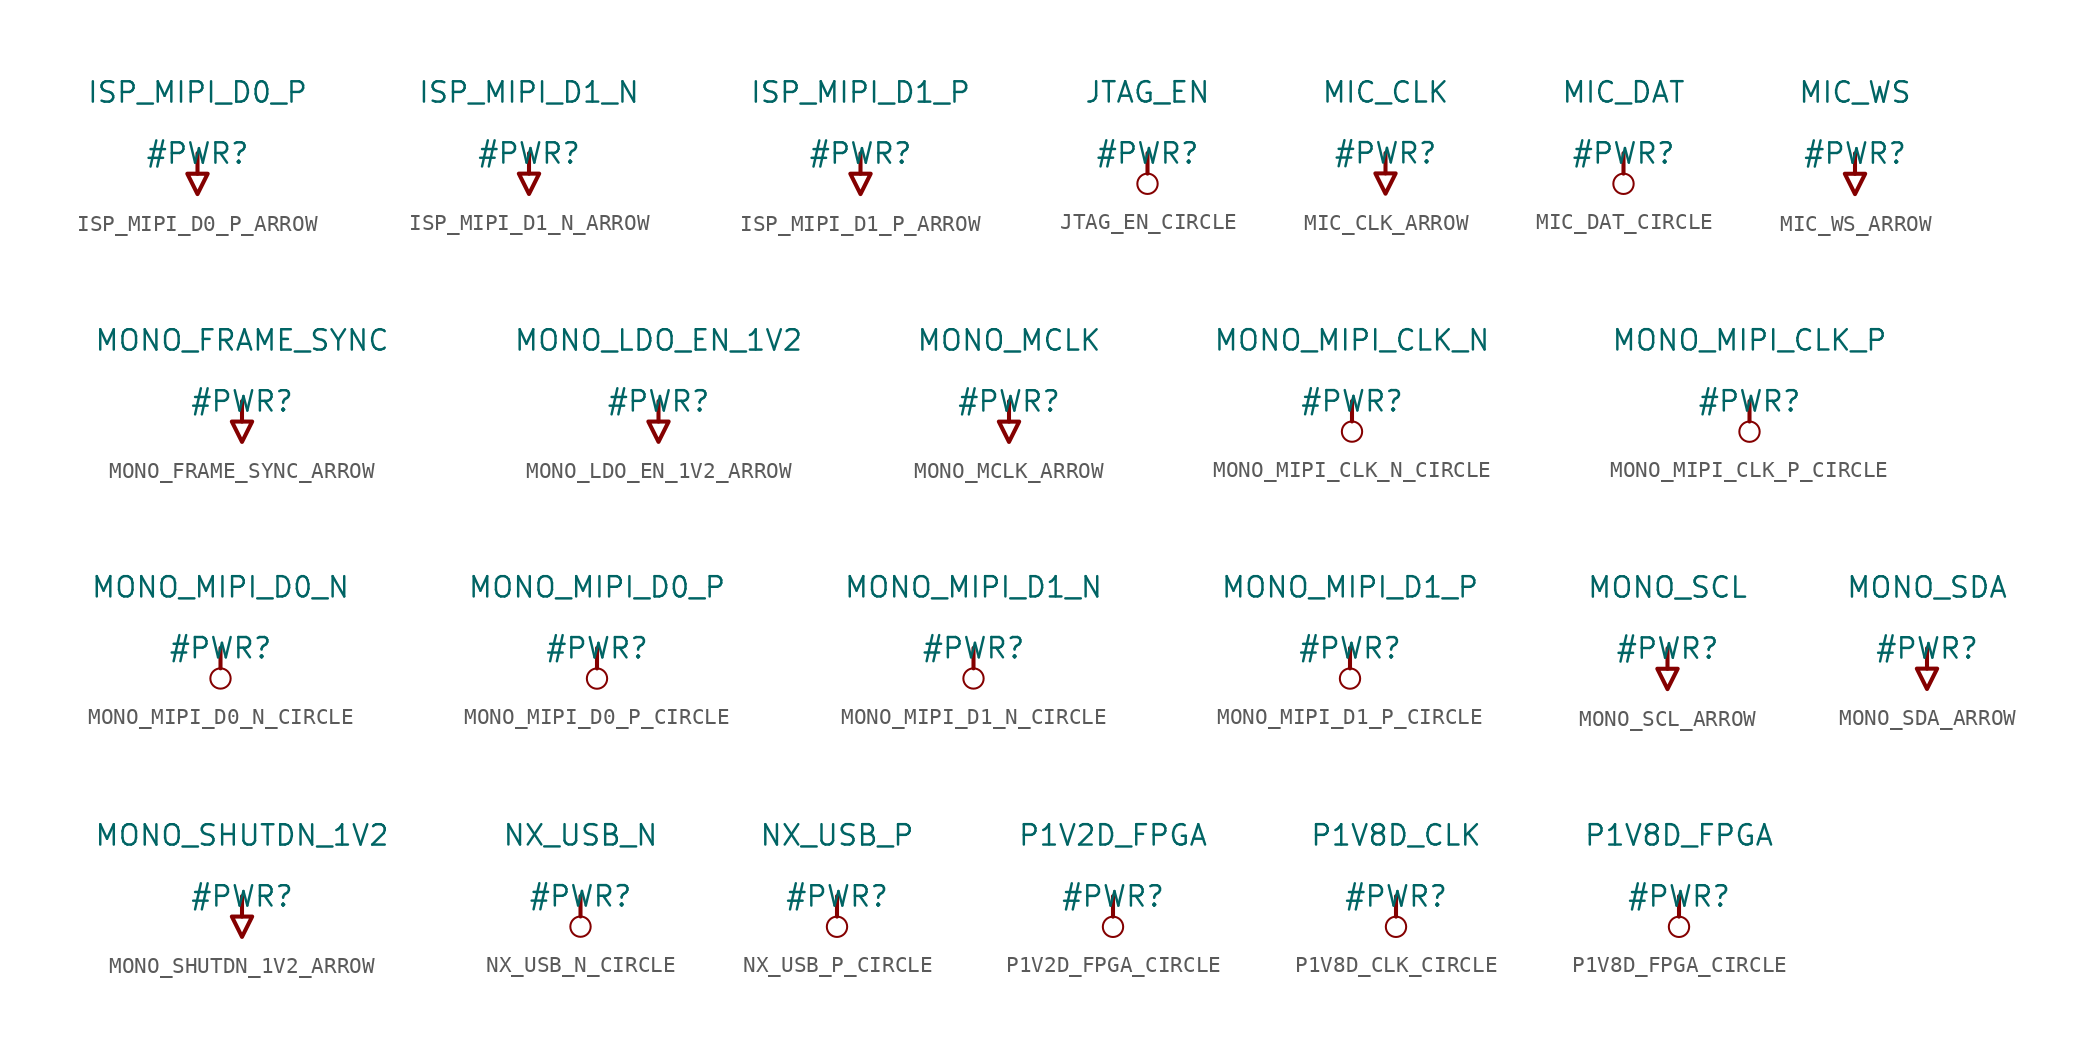
<source format=kicad_sym>
(kicad_symbol_lib
  (version 20231120)
  (generator "kicad_symbol_editor")
  (generator_version "8.0")
  (symbol "ISP_MIPI_D0_P_ARROW"
    (power)
    (property "Reference" "#PWR"
      (at 0 0 0)
      (effects (font (size 1.27 1.27))))
    (property "Value" "ISP_MIPI_D0_P"
      (at 0 3.81 0)
      (effects (font (size 1.27 1.27))))
    (symbol "ISP_MIPI_D0_P_ARROW_0_0"
      (polyline (pts (xy 0 0) (xy 0 -1.27)) (stroke (width 0.254) (type solid)) (fill (type none)))
      (polyline (pts (xy -0.635 -1.27) (xy 0.635 -1.27) (xy 0 -2.54) (xy -0.635 -1.27)) (stroke (width 0.254) (type solid)) (fill (type none)))
      (pin power_in line (at 0 0 0) (length 0) hide (name "ISP_MIPI_D0_P" (effects (font (size 1.27 1.27)))) (number "" (effects (font (size 1.27 1.27)))))))
  (symbol "ISP_MIPI_D1_N_ARROW"
    (power)
    (property "Reference" "#PWR"
      (at 0 0 0)
      (effects (font (size 1.27 1.27))))
    (property "Value" "ISP_MIPI_D1_N"
      (at 0 3.81 0)
      (effects (font (size 1.27 1.27))))
    (symbol "ISP_MIPI_D1_N_ARROW_0_0"
      (polyline (pts (xy 0 0) (xy 0 -1.27)) (stroke (width 0.254) (type solid)) (fill (type none)))
      (polyline (pts (xy -0.635 -1.27) (xy 0.635 -1.27) (xy 0 -2.54) (xy -0.635 -1.27)) (stroke (width 0.254) (type solid)) (fill (type none)))
      (pin power_in line (at 0 0 0) (length 0) hide (name "ISP_MIPI_D1_N" (effects (font (size 1.27 1.27)))) (number "" (effects (font (size 1.27 1.27)))))))
  (symbol "ISP_MIPI_D1_P_ARROW"
    (power)
    (property "Reference" "#PWR"
      (at 0 0 0)
      (effects (font (size 1.27 1.27))))
    (property "Value" "ISP_MIPI_D1_P"
      (at 0 3.81 0)
      (effects (font (size 1.27 1.27))))
    (symbol "ISP_MIPI_D1_P_ARROW_0_0"
      (polyline (pts (xy 0 0) (xy 0 -1.27)) (stroke (width 0.254) (type solid)) (fill (type none)))
      (polyline (pts (xy -0.635 -1.27) (xy 0.635 -1.27) (xy 0 -2.54) (xy -0.635 -1.27)) (stroke (width 0.254) (type solid)) (fill (type none)))
      (pin power_in line (at 0 0 0) (length 0) hide (name "ISP_MIPI_D1_P" (effects (font (size 1.27 1.27)))) (number "" (effects (font (size 1.27 1.27)))))))
  (symbol "JTAG_EN_CIRCLE"
    (power)
    (property "Reference" "#PWR"
      (at 0 0 0)
      (effects (font (size 1.27 1.27))))
    (property "Value" "JTAG_EN"
      (at 0 3.81 0)
      (effects (font (size 1.27 1.27))))
    (symbol "JTAG_EN_CIRCLE_0_0"
      (circle (center 0 -1.905) (radius 0.635) (stroke (width 0.127) (type solid)) (fill (type none)))
      (polyline (pts (xy 0 0) (xy 0 -1.27)) (stroke (width 0.254) (type solid)) (fill (type none)))
      (pin power_in line (at 0 0 0) (length 0) hide (name "JTAG_EN" (effects (font (size 1.27 1.27)))) (number "" (effects (font (size 1.27 1.27)))))))
  (symbol "MIC_CLK_ARROW"
    (power)
    (property "Reference" "#PWR"
      (at 0 0 0)
      (effects (font (size 1.27 1.27))))
    (property "Value" "MIC_CLK"
      (at 0 3.81 0)
      (effects (font (size 1.27 1.27))))
    (symbol "MIC_CLK_ARROW_0_0"
      (polyline (pts (xy 0 0) (xy 0 -1.27)) (stroke (width 0.254) (type solid)) (fill (type none)))
      (polyline (pts (xy -0.635 -1.27) (xy 0.635 -1.27) (xy 0 -2.54) (xy -0.635 -1.27)) (stroke (width 0.254) (type solid)) (fill (type none)))
      (pin power_in line (at 0 0 0) (length 0) hide (name "MIC_CLK" (effects (font (size 1.27 1.27)))) (number "" (effects (font (size 1.27 1.27)))))))
  (symbol "MIC_DAT_CIRCLE"
    (power)
    (property "Reference" "#PWR"
      (at 0 0 0)
      (effects (font (size 1.27 1.27))))
    (property "Value" "MIC_DAT"
      (at 0 3.81 0)
      (effects (font (size 1.27 1.27))))
    (symbol "MIC_DAT_CIRCLE_0_0"
      (circle (center 0 -1.905) (radius 0.635) (stroke (width 0.127) (type solid)) (fill (type none)))
      (polyline (pts (xy 0 0) (xy 0 -1.27)) (stroke (width 0.254) (type solid)) (fill (type none)))
      (pin power_in line (at 0 0 0) (length 0) hide (name "MIC_DAT" (effects (font (size 1.27 1.27)))) (number "" (effects (font (size 1.27 1.27)))))))
  (symbol "MIC_WS_ARROW"
    (power)
    (property "Reference" "#PWR"
      (at 0 0 0)
      (effects (font (size 1.27 1.27))))
    (property "Value" "MIC_WS"
      (at 0 3.81 0)
      (effects (font (size 1.27 1.27))))
    (symbol "MIC_WS_ARROW_0_0"
      (polyline (pts (xy 0 0) (xy 0 -1.27)) (stroke (width 0.254) (type solid)) (fill (type none)))
      (polyline (pts (xy -0.635 -1.27) (xy 0.635 -1.27) (xy 0 -2.54) (xy -0.635 -1.27)) (stroke (width 0.254) (type solid)) (fill (type none)))
      (pin power_in line (at 0 0 0) (length 0) hide (name "MIC_WS" (effects (font (size 1.27 1.27)))) (number "" (effects (font (size 1.27 1.27)))))))
  (symbol "MONO_FRAME_SYNC_ARROW"
    (power)
    (property "Reference" "#PWR"
      (at 0 0 0)
      (effects (font (size 1.27 1.27))))
    (property "Value" "MONO_FRAME_SYNC"
      (at 0 3.81 0)
      (effects (font (size 1.27 1.27))))
    (symbol "MONO_FRAME_SYNC_ARROW_0_0"
      (polyline (pts (xy 0 0) (xy 0 -1.27)) (stroke (width 0.254) (type solid)) (fill (type none)))
      (polyline (pts (xy -0.635 -1.27) (xy 0.635 -1.27) (xy 0 -2.54) (xy -0.635 -1.27)) (stroke (width 0.254) (type solid)) (fill (type none)))
      (pin power_in line (at 0 0 0) (length 0) hide (name "MONO_FRAME_SYNC" (effects (font (size 1.27 1.27)))) (number "" (effects (font (size 1.27 1.27)))))))
  (symbol "MONO_LDO_EN_1V2_ARROW"
    (power)
    (property "Reference" "#PWR"
      (at 0 0 0)
      (effects (font (size 1.27 1.27))))
    (property "Value" "MONO_LDO_EN_1V2"
      (at 0 3.81 0)
      (effects (font (size 1.27 1.27))))
    (symbol "MONO_LDO_EN_1V2_ARROW_0_0"
      (polyline (pts (xy 0 0) (xy 0 -1.27)) (stroke (width 0.254) (type solid)) (fill (type none)))
      (polyline (pts (xy -0.635 -1.27) (xy 0.635 -1.27) (xy 0 -2.54) (xy -0.635 -1.27)) (stroke (width 0.254) (type solid)) (fill (type none)))
      (pin power_in line (at 0 0 0) (length 0) hide (name "MONO_LDO_EN_1V2" (effects (font (size 1.27 1.27)))) (number "" (effects (font (size 1.27 1.27)))))))
  (symbol "MONO_MCLK_ARROW"
    (power)
    (property "Reference" "#PWR"
      (at 0 0 0)
      (effects (font (size 1.27 1.27))))
    (property "Value" "MONO_MCLK"
      (at 0 3.81 0)
      (effects (font (size 1.27 1.27))))
    (symbol "MONO_MCLK_ARROW_0_0"
      (polyline (pts (xy 0 0) (xy 0 -1.27)) (stroke (width 0.254) (type solid)) (fill (type none)))
      (polyline (pts (xy -0.635 -1.27) (xy 0.635 -1.27) (xy 0 -2.54) (xy -0.635 -1.27)) (stroke (width 0.254) (type solid)) (fill (type none)))
      (pin power_in line (at 0 0 0) (length 0) hide (name "MONO_MCLK" (effects (font (size 1.27 1.27)))) (number "" (effects (font (size 1.27 1.27)))))))
  (symbol "MONO_MIPI_CLK_N_CIRCLE"
    (power)
    (property "Reference" "#PWR"
      (at 0 0 0)
      (effects (font (size 1.27 1.27))))
    (property "Value" "MONO_MIPI_CLK_N"
      (at 0 3.81 0)
      (effects (font (size 1.27 1.27))))
    (symbol "MONO_MIPI_CLK_N_CIRCLE_0_0"
      (circle (center 0 -1.905) (radius 0.635) (stroke (width 0.127) (type solid)) (fill (type none)))
      (polyline (pts (xy 0 0) (xy 0 -1.27)) (stroke (width 0.254) (type solid)) (fill (type none)))
      (pin power_in line (at 0 0 0) (length 0) hide (name "MONO_MIPI_CLK_N" (effects (font (size 1.27 1.27)))) (number "" (effects (font (size 1.27 1.27)))))))
  (symbol "MONO_MIPI_CLK_P_CIRCLE"
    (power)
    (property "Reference" "#PWR"
      (at 0 0 0)
      (effects (font (size 1.27 1.27))))
    (property "Value" "MONO_MIPI_CLK_P"
      (at 0 3.81 0)
      (effects (font (size 1.27 1.27))))
    (symbol "MONO_MIPI_CLK_P_CIRCLE_0_0"
      (circle (center 0 -1.905) (radius 0.635) (stroke (width 0.127) (type solid)) (fill (type none)))
      (polyline (pts (xy 0 0) (xy 0 -1.27)) (stroke (width 0.254) (type solid)) (fill (type none)))
      (pin power_in line (at 0 0 0) (length 0) hide (name "MONO_MIPI_CLK_P" (effects (font (size 1.27 1.27)))) (number "" (effects (font (size 1.27 1.27)))))))
  (symbol "MONO_MIPI_D0_N_CIRCLE"
    (power)
    (property "Reference" "#PWR"
      (at 0 0 0)
      (effects (font (size 1.27 1.27))))
    (property "Value" "MONO_MIPI_D0_N"
      (at 0 3.81 0)
      (effects (font (size 1.27 1.27))))
    (symbol "MONO_MIPI_D0_N_CIRCLE_0_0"
      (circle (center 0 -1.905) (radius 0.635) (stroke (width 0.127) (type solid)) (fill (type none)))
      (polyline (pts (xy 0 0) (xy 0 -1.27)) (stroke (width 0.254) (type solid)) (fill (type none)))
      (pin power_in line (at 0 0 0) (length 0) hide (name "MONO_MIPI_D0_N" (effects (font (size 1.27 1.27)))) (number "" (effects (font (size 1.27 1.27)))))))
  (symbol "MONO_MIPI_D0_P_CIRCLE"
    (power)
    (property "Reference" "#PWR"
      (at 0 0 0)
      (effects (font (size 1.27 1.27))))
    (property "Value" "MONO_MIPI_D0_P"
      (at 0 3.81 0)
      (effects (font (size 1.27 1.27))))
    (symbol "MONO_MIPI_D0_P_CIRCLE_0_0"
      (circle (center 0 -1.905) (radius 0.635) (stroke (width 0.127) (type solid)) (fill (type none)))
      (polyline (pts (xy 0 0) (xy 0 -1.27)) (stroke (width 0.254) (type solid)) (fill (type none)))
      (pin power_in line (at 0 0 0) (length 0) hide (name "MONO_MIPI_D0_P" (effects (font (size 1.27 1.27)))) (number "" (effects (font (size 1.27 1.27)))))))
  (symbol "MONO_MIPI_D1_N_CIRCLE"
    (power)
    (property "Reference" "#PWR"
      (at 0 0 0)
      (effects (font (size 1.27 1.27))))
    (property "Value" "MONO_MIPI_D1_N"
      (at 0 3.81 0)
      (effects (font (size 1.27 1.27))))
    (symbol "MONO_MIPI_D1_N_CIRCLE_0_0"
      (circle (center 0 -1.905) (radius 0.635) (stroke (width 0.127) (type solid)) (fill (type none)))
      (polyline (pts (xy 0 0) (xy 0 -1.27)) (stroke (width 0.254) (type solid)) (fill (type none)))
      (pin power_in line (at 0 0 0) (length 0) hide (name "MONO_MIPI_D1_N" (effects (font (size 1.27 1.27)))) (number "" (effects (font (size 1.27 1.27)))))))
  (symbol "MONO_MIPI_D1_P_CIRCLE"
    (power)
    (property "Reference" "#PWR"
      (at 0 0 0)
      (effects (font (size 1.27 1.27))))
    (property "Value" "MONO_MIPI_D1_P"
      (at 0 3.81 0)
      (effects (font (size 1.27 1.27))))
    (symbol "MONO_MIPI_D1_P_CIRCLE_0_0"
      (circle (center 0 -1.905) (radius 0.635) (stroke (width 0.127) (type solid)) (fill (type none)))
      (polyline (pts (xy 0 0) (xy 0 -1.27)) (stroke (width 0.254) (type solid)) (fill (type none)))
      (pin power_in line (at 0 0 0) (length 0) hide (name "MONO_MIPI_D1_P" (effects (font (size 1.27 1.27)))) (number "" (effects (font (size 1.27 1.27)))))))
  (symbol "MONO_SCL_ARROW"
    (power)
    (property "Reference" "#PWR"
      (at 0 0 0)
      (effects (font (size 1.27 1.27))))
    (property "Value" "MONO_SCL"
      (at 0 3.81 0)
      (effects (font (size 1.27 1.27))))
    (symbol "MONO_SCL_ARROW_0_0"
      (polyline (pts (xy 0 0) (xy 0 -1.27)) (stroke (width 0.254) (type solid)) (fill (type none)))
      (polyline (pts (xy -0.635 -1.27) (xy 0.635 -1.27) (xy 0 -2.54) (xy -0.635 -1.27)) (stroke (width 0.254) (type solid)) (fill (type none)))
      (pin power_in line (at 0 0 0) (length 0) hide (name "MONO_SCL" (effects (font (size 1.27 1.27)))) (number "" (effects (font (size 1.27 1.27)))))))
  (symbol "MONO_SDA_ARROW"
    (power)
    (property "Reference" "#PWR"
      (at 0 0 0)
      (effects (font (size 1.27 1.27))))
    (property "Value" "MONO_SDA"
      (at 0 3.81 0)
      (effects (font (size 1.27 1.27))))
    (symbol "MONO_SDA_ARROW_0_0"
      (polyline (pts (xy 0 0) (xy 0 -1.27)) (stroke (width 0.254) (type solid)) (fill (type none)))
      (polyline (pts (xy -0.635 -1.27) (xy 0.635 -1.27) (xy 0 -2.54) (xy -0.635 -1.27)) (stroke (width 0.254) (type solid)) (fill (type none)))
      (pin power_in line (at 0 0 0) (length 0) hide (name "MONO_SDA" (effects (font (size 1.27 1.27)))) (number "" (effects (font (size 1.27 1.27)))))))
  (symbol "MONO_SHUTDN_1V2_ARROW"
    (power)
    (property "Reference" "#PWR"
      (at 0 0 0)
      (effects (font (size 1.27 1.27))))
    (property "Value" "MONO_SHUTDN_1V2"
      (at 0 3.81 0)
      (effects (font (size 1.27 1.27))))
    (symbol "MONO_SHUTDN_1V2_ARROW_0_0"
      (polyline (pts (xy 0 0) (xy 0 -1.27)) (stroke (width 0.254) (type solid)) (fill (type none)))
      (polyline (pts (xy -0.635 -1.27) (xy 0.635 -1.27) (xy 0 -2.54) (xy -0.635 -1.27)) (stroke (width 0.254) (type solid)) (fill (type none)))
      (pin power_in line (at 0 0 0) (length 0) hide (name "MONO_SHUTDN_1V2" (effects (font (size 1.27 1.27)))) (number "" (effects (font (size 1.27 1.27)))))))
  (symbol "NX_USB_N_CIRCLE"
    (power)
    (property "Reference" "#PWR"
      (at 0 0 0)
      (effects (font (size 1.27 1.27))))
    (property "Value" "NX_USB_N"
      (at 0 3.81 0)
      (effects (font (size 1.27 1.27))))
    (symbol "NX_USB_N_CIRCLE_0_0"
      (circle (center 0 -1.905) (radius 0.635) (stroke (width 0.127) (type solid)) (fill (type none)))
      (polyline (pts (xy 0 0) (xy 0 -1.27)) (stroke (width 0.254) (type solid)) (fill (type none)))
      (pin power_in line (at 0 0 0) (length 0) hide (name "NX_USB_N" (effects (font (size 1.27 1.27)))) (number "" (effects (font (size 1.27 1.27)))))))
  (symbol "NX_USB_P_CIRCLE"
    (power)
    (property "Reference" "#PWR"
      (at 0 0 0)
      (effects (font (size 1.27 1.27))))
    (property "Value" "NX_USB_P"
      (at 0 3.81 0)
      (effects (font (size 1.27 1.27))))
    (symbol "NX_USB_P_CIRCLE_0_0"
      (circle (center 0 -1.905) (radius 0.635) (stroke (width 0.127) (type solid)) (fill (type none)))
      (polyline (pts (xy 0 0) (xy 0 -1.27)) (stroke (width 0.254) (type solid)) (fill (type none)))
      (pin power_in line (at 0 0 0) (length 0) hide (name "NX_USB_P" (effects (font (size 1.27 1.27)))) (number "" (effects (font (size 1.27 1.27)))))))
  (symbol "P1V2D_FPGA_CIRCLE"
    (power)
    (property "Reference" "#PWR"
      (at 0 0 0)
      (effects (font (size 1.27 1.27))))
    (property "Value" "P1V2D_FPGA"
      (at 0 3.81 0)
      (effects (font (size 1.27 1.27))))
    (symbol "P1V2D_FPGA_CIRCLE_0_0"
      (circle (center 0 -1.905) (radius 0.635) (stroke (width 0.127) (type solid)) (fill (type none)))
      (polyline (pts (xy 0 0) (xy 0 -1.27)) (stroke (width 0.254) (type solid)) (fill (type none)))
      (pin power_in line (at 0 0 0) (length 0) hide (name "P1V2D_FPGA" (effects (font (size 1.27 1.27)))) (number "" (effects (font (size 1.27 1.27)))))))
  (symbol "P1V8D_CLK_CIRCLE"
    (power)
    (property "Reference" "#PWR"
      (at 0 0 0)
      (effects (font (size 1.27 1.27))))
    (property "Value" "P1V8D_CLK"
      (at 0 3.81 0)
      (effects (font (size 1.27 1.27))))
    (symbol "P1V8D_CLK_CIRCLE_0_0"
      (circle (center 0 -1.905) (radius 0.635) (stroke (width 0.127) (type solid)) (fill (type none)))
      (polyline (pts (xy 0 0) (xy 0 -1.27)) (stroke (width 0.254) (type solid)) (fill (type none)))
      (pin power_in line (at 0 0 0) (length 0) hide (name "P1V8D_CLK" (effects (font (size 1.27 1.27)))) (number "" (effects (font (size 1.27 1.27)))))))
  (symbol "P1V8D_FPGA_CIRCLE"
    (power)
    (property "Reference" "#PWR"
      (at 0 0 0)
      (effects (font (size 1.27 1.27))))
    (property "Value" "P1V8D_FPGA"
      (at 0 3.81 0)
      (effects (font (size 1.27 1.27))))
    (symbol "P1V8D_FPGA_CIRCLE_0_0"
      (circle (center 0 -1.905) (radius 0.635) (stroke (width 0.127) (type solid)) (fill (type none)))
      (polyline (pts (xy 0 0) (xy 0 -1.27)) (stroke (width 0.254) (type solid)) (fill (type none)))
      (pin power_in line (at 0 0 0) (length 0) hide (name "P1V8D_FPGA" (effects (font (size 1.27 1.27)))) (number "" (effects (font (size 1.27 1.27))))))))
</source>
